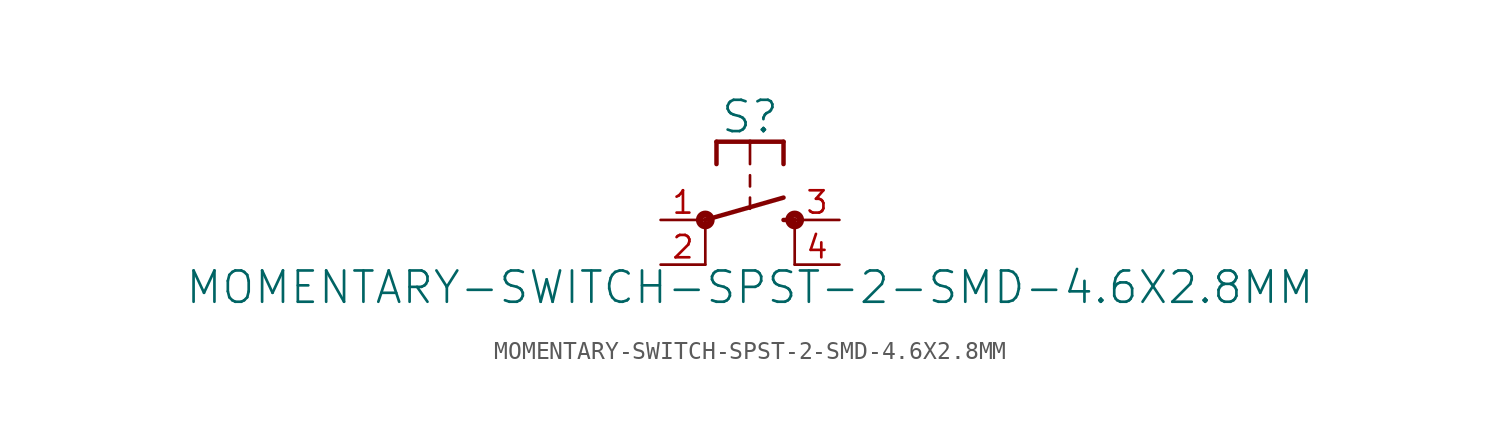
<source format=kicad_sym>
(kicad_symbol_lib
  (version 20211014)
  (generator kicad_symbol_editor)
  (symbol "MOMENTARY-SWITCH-SPST-2-SMD-4.6X2.8MM"
    (property "Reference" "S"
      (at 0 4.826 0)
      (effects (font (size 1.778 1.778)) (justify bottom)))
    (property "Value" "MOMENTARY-SWITCH-SPST-2-SMD-4.6X2.8MM"
      (at 0 -2.794 0)
      (effects (font (size 1.778 1.778)) (justify top)))
    (property "ki_locked" ""
      (at 0 0 0)
      (effects (font (size 1.27 1.27))))
    (symbol "MOMENTARY-SWITCH-SPST-2-SMD-4.6X2.8MM_1_0"
      (circle (center -2.54 0) (radius 0.127) (stroke (width 0.406) (type default) (color 0 0 0 0)) (fill (type none)))
      (polyline (pts (xy -2.54 -2.54) (xy -2.54 0)) (stroke (width 0.152) (type default) (color 0 0 0 0)) (fill (type none)))
      (polyline (pts (xy -2.54 0) (xy 1.905 1.27)) (stroke (width 0.254) (type default) (color 0 0 0 0)) (fill (type none)))
      (polyline (pts (xy -1.905 4.445) (xy -1.905 3.175)) (stroke (width 0.254) (type default) (color 0 0 0 0)) (fill (type none)))
      (polyline (pts (xy 0 1.27) (xy 0 0.635)) (stroke (width 0.152) (type default) (color 0 0 0 0)) (fill (type none)))
      (polyline (pts (xy 0 2.54) (xy 0 1.905)) (stroke (width 0.152) (type default) (color 0 0 0 0)) (fill (type none)))
      (polyline (pts (xy 0 4.445) (xy -1.905 4.445)) (stroke (width 0.254) (type default) (color 0 0 0 0)) (fill (type none)))
      (polyline (pts (xy 0 4.445) (xy 0 3.175)) (stroke (width 0.152) (type default) (color 0 0 0 0)) (fill (type none)))
      (polyline (pts (xy 1.905 0) (xy 2.54 0)) (stroke (width 0.254) (type default) (color 0 0 0 0)) (fill (type none)))
      (polyline (pts (xy 1.905 4.445) (xy 0 4.445)) (stroke (width 0.254) (type default) (color 0 0 0 0)) (fill (type none)))
      (polyline (pts (xy 1.905 4.445) (xy 1.905 3.175)) (stroke (width 0.254) (type default) (color 0 0 0 0)) (fill (type none)))
      (polyline (pts (xy 2.54 -2.54) (xy 2.54 0)) (stroke (width 0.152) (type default) (color 0 0 0 0)) (fill (type none)))
      (circle (center 2.54 0) (radius 0.127) (stroke (width 0.406) (type default) (color 0 0 0 0)) (fill (type none)))
      (pin passive line (at -5.08 0 0) (length 2.54) (name "1" (effects (font (size 0 0)))) (number "1" (effects (font (size 1.27 1.27)))))
      (pin passive line (at -5.08 -2.54 0) (length 2.54) (name "2" (effects (font (size 0 0)))) (number "2" (effects (font (size 1.27 1.27)))))
      (pin passive line (at 5.08 0 180) (length 2.54) (name "3" (effects (font (size 0 0)))) (number "3" (effects (font (size 1.27 1.27)))))
      (pin passive line (at 5.08 -2.54 180) (length 2.54) (name "4" (effects (font (size 0 0)))) (number "4" (effects (font (size 1.27 1.27))))))))
</source>
